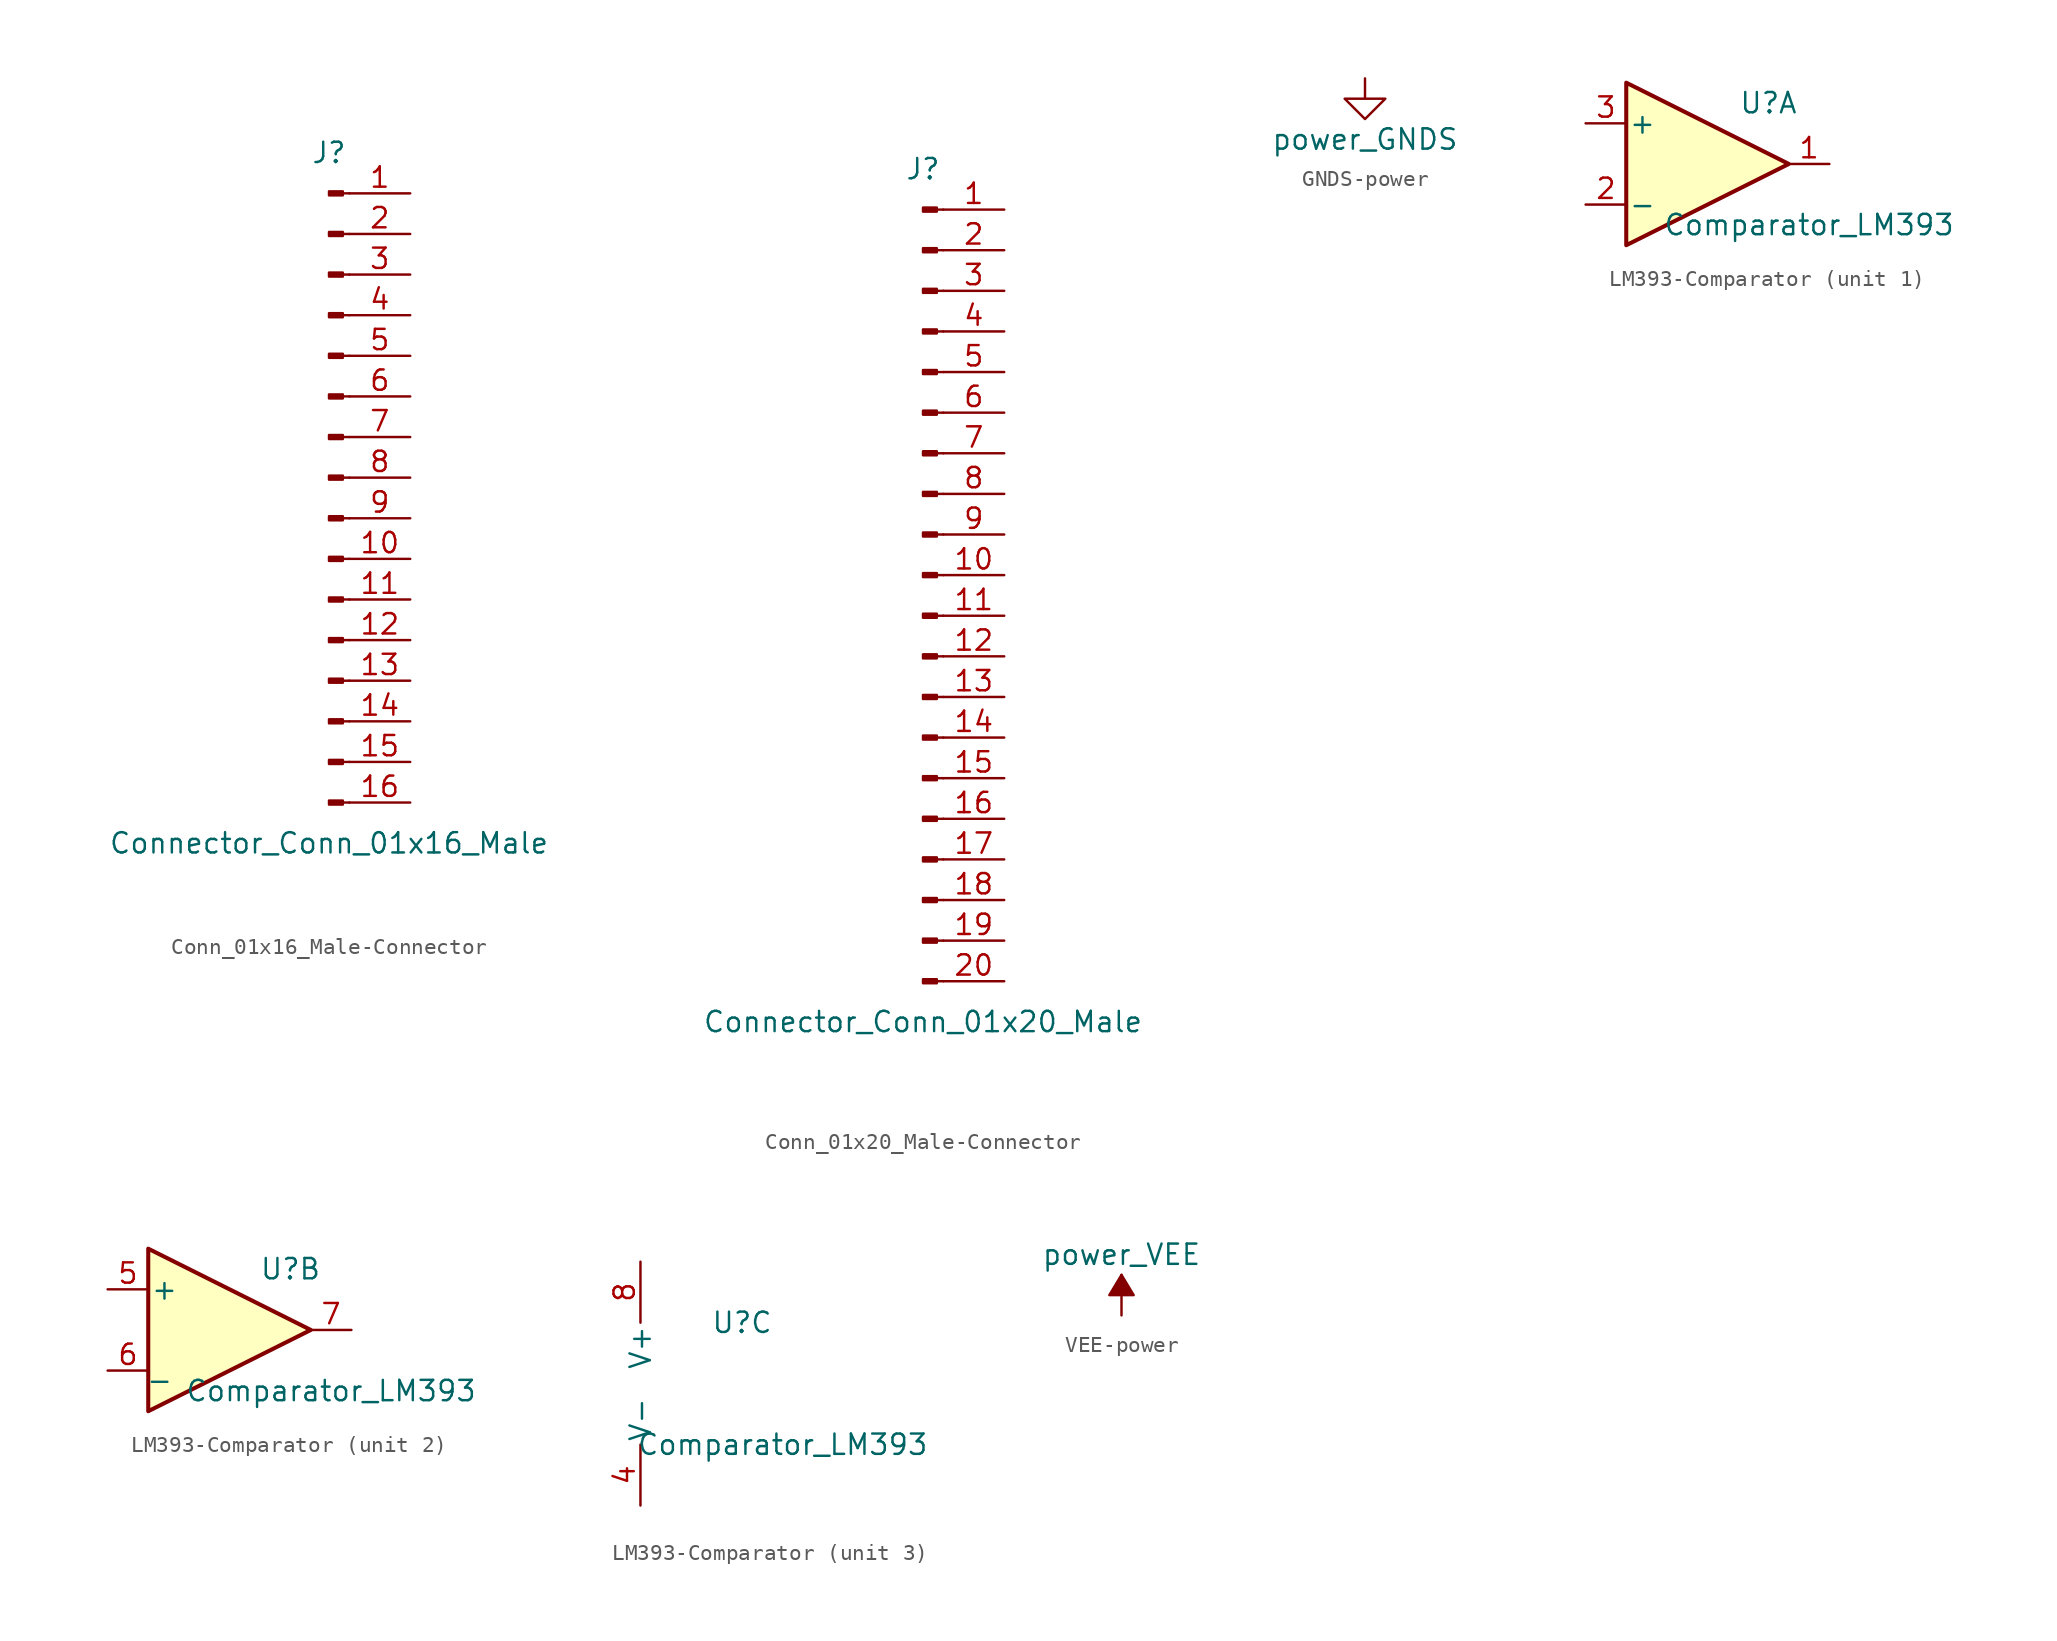
<source format=kicad_sym>
(kicad_symbol_lib
  (version 20231120)
  (generator "kicad_symbol_editor")
  (generator_version "8.0")
  (symbol "Conn_01x16_Male-Connector"
    (pin_names
      (offset 1.016) hide)
    (property "Reference" "J"
      (at 0 20.32 0)
      (effects (font (size 1.27 1.27))))
    (property "Value" "Connector_Conn_01x16_Male"
      (at 0 -22.86 0)
      (effects (font (size 1.27 1.27))))
    (symbol "Conn_01x16_Male-Connector_1_1"
      (polyline (pts (xy 1.27 -20.32) (xy 0.864 -20.32)) (stroke (width 0.152) (type solid)) (fill (type none)))
      (polyline (pts (xy 1.27 -17.78) (xy 0.864 -17.78)) (stroke (width 0.152) (type solid)) (fill (type none)))
      (polyline (pts (xy 1.27 -15.24) (xy 0.864 -15.24)) (stroke (width 0.152) (type solid)) (fill (type none)))
      (polyline (pts (xy 1.27 -12.7) (xy 0.864 -12.7)) (stroke (width 0.152) (type solid)) (fill (type none)))
      (polyline (pts (xy 1.27 -10.16) (xy 0.864 -10.16)) (stroke (width 0.152) (type solid)) (fill (type none)))
      (polyline (pts (xy 1.27 -7.62) (xy 0.864 -7.62)) (stroke (width 0.152) (type solid)) (fill (type none)))
      (polyline (pts (xy 1.27 -5.08) (xy 0.864 -5.08)) (stroke (width 0.152) (type solid)) (fill (type none)))
      (polyline (pts (xy 1.27 -2.54) (xy 0.864 -2.54)) (stroke (width 0.152) (type solid)) (fill (type none)))
      (polyline (pts (xy 1.27 0) (xy 0.864 0)) (stroke (width 0.152) (type solid)) (fill (type none)))
      (polyline (pts (xy 1.27 2.54) (xy 0.864 2.54)) (stroke (width 0.152) (type solid)) (fill (type none)))
      (polyline (pts (xy 1.27 5.08) (xy 0.864 5.08)) (stroke (width 0.152) (type solid)) (fill (type none)))
      (polyline (pts (xy 1.27 7.62) (xy 0.864 7.62)) (stroke (width 0.152) (type solid)) (fill (type none)))
      (polyline (pts (xy 1.27 10.16) (xy 0.864 10.16)) (stroke (width 0.152) (type solid)) (fill (type none)))
      (polyline (pts (xy 1.27 12.7) (xy 0.864 12.7)) (stroke (width 0.152) (type solid)) (fill (type none)))
      (polyline (pts (xy 1.27 15.24) (xy 0.864 15.24)) (stroke (width 0.152) (type solid)) (fill (type none)))
      (polyline (pts (xy 1.27 17.78) (xy 0.864 17.78)) (stroke (width 0.152) (type solid)) (fill (type none)))
      (rectangle (start 0.864 -20.193) (end 0 -20.447) (stroke (width 0.152) (type solid)) (fill (type outline)))
      (rectangle (start 0.864 -17.653) (end 0 -17.907) (stroke (width 0.152) (type solid)) (fill (type outline)))
      (rectangle (start 0.864 -15.113) (end 0 -15.367) (stroke (width 0.152) (type solid)) (fill (type outline)))
      (rectangle (start 0.864 -12.573) (end 0 -12.827) (stroke (width 0.152) (type solid)) (fill (type outline)))
      (rectangle (start 0.864 -10.033) (end 0 -10.287) (stroke (width 0.152) (type solid)) (fill (type outline)))
      (rectangle (start 0.864 -7.493) (end 0 -7.747) (stroke (width 0.152) (type solid)) (fill (type outline)))
      (rectangle (start 0.864 -4.953) (end 0 -5.207) (stroke (width 0.152) (type solid)) (fill (type outline)))
      (rectangle (start 0.864 -2.413) (end 0 -2.667) (stroke (width 0.152) (type solid)) (fill (type outline)))
      (rectangle (start 0.864 0.127) (end 0 -0.127) (stroke (width 0.152) (type solid)) (fill (type outline)))
      (rectangle (start 0.864 2.667) (end 0 2.413) (stroke (width 0.152) (type solid)) (fill (type outline)))
      (rectangle (start 0.864 5.207) (end 0 4.953) (stroke (width 0.152) (type solid)) (fill (type outline)))
      (rectangle (start 0.864 7.747) (end 0 7.493) (stroke (width 0.152) (type solid)) (fill (type outline)))
      (rectangle (start 0.864 10.287) (end 0 10.033) (stroke (width 0.152) (type solid)) (fill (type outline)))
      (rectangle (start 0.864 12.827) (end 0 12.573) (stroke (width 0.152) (type solid)) (fill (type outline)))
      (rectangle (start 0.864 15.367) (end 0 15.113) (stroke (width 0.152) (type solid)) (fill (type outline)))
      (rectangle (start 0.864 17.907) (end 0 17.653) (stroke (width 0.152) (type solid)) (fill (type outline)))
      (pin passive line (at 5.08 17.78 180) (length 3.81) (name "Pin_1" (effects (font (size 1.27 1.27)))) (number "1" (effects (font (size 1.27 1.27)))))
      (pin passive line (at 5.08 -5.08 180) (length 3.81) (name "Pin_10" (effects (font (size 1.27 1.27)))) (number "10" (effects (font (size 1.27 1.27)))))
      (pin passive line (at 5.08 -7.62 180) (length 3.81) (name "Pin_11" (effects (font (size 1.27 1.27)))) (number "11" (effects (font (size 1.27 1.27)))))
      (pin passive line (at 5.08 -10.16 180) (length 3.81) (name "Pin_12" (effects (font (size 1.27 1.27)))) (number "12" (effects (font (size 1.27 1.27)))))
      (pin passive line (at 5.08 -12.7 180) (length 3.81) (name "Pin_13" (effects (font (size 1.27 1.27)))) (number "13" (effects (font (size 1.27 1.27)))))
      (pin passive line (at 5.08 -15.24 180) (length 3.81) (name "Pin_14" (effects (font (size 1.27 1.27)))) (number "14" (effects (font (size 1.27 1.27)))))
      (pin passive line (at 5.08 -17.78 180) (length 3.81) (name "Pin_15" (effects (font (size 1.27 1.27)))) (number "15" (effects (font (size 1.27 1.27)))))
      (pin passive line (at 5.08 -20.32 180) (length 3.81) (name "Pin_16" (effects (font (size 1.27 1.27)))) (number "16" (effects (font (size 1.27 1.27)))))
      (pin passive line (at 5.08 15.24 180) (length 3.81) (name "Pin_2" (effects (font (size 1.27 1.27)))) (number "2" (effects (font (size 1.27 1.27)))))
      (pin passive line (at 5.08 12.7 180) (length 3.81) (name "Pin_3" (effects (font (size 1.27 1.27)))) (number "3" (effects (font (size 1.27 1.27)))))
      (pin passive line (at 5.08 10.16 180) (length 3.81) (name "Pin_4" (effects (font (size 1.27 1.27)))) (number "4" (effects (font (size 1.27 1.27)))))
      (pin passive line (at 5.08 7.62 180) (length 3.81) (name "Pin_5" (effects (font (size 1.27 1.27)))) (number "5" (effects (font (size 1.27 1.27)))))
      (pin passive line (at 5.08 5.08 180) (length 3.81) (name "Pin_6" (effects (font (size 1.27 1.27)))) (number "6" (effects (font (size 1.27 1.27)))))
      (pin passive line (at 5.08 2.54 180) (length 3.81) (name "Pin_7" (effects (font (size 1.27 1.27)))) (number "7" (effects (font (size 1.27 1.27)))))
      (pin passive line (at 5.08 0 180) (length 3.81) (name "Pin_8" (effects (font (size 1.27 1.27)))) (number "8" (effects (font (size 1.27 1.27)))))
      (pin passive line (at 5.08 -2.54 180) (length 3.81) (name "Pin_9" (effects (font (size 1.27 1.27)))) (number "9" (effects (font (size 1.27 1.27)))))))
  (symbol "Conn_01x20_Male-Connector"
    (pin_names
      (offset 1.016) hide)
    (property "Reference" "J"
      (at 0 25.4 0)
      (effects (font (size 1.27 1.27))))
    (property "Value" "Connector_Conn_01x20_Male"
      (at 0 -27.94 0)
      (effects (font (size 1.27 1.27))))
    (symbol "Conn_01x20_Male-Connector_1_1"
      (polyline (pts (xy 1.27 -25.4) (xy 0.864 -25.4)) (stroke (width 0.152) (type solid)) (fill (type none)))
      (polyline (pts (xy 1.27 -22.86) (xy 0.864 -22.86)) (stroke (width 0.152) (type solid)) (fill (type none)))
      (polyline (pts (xy 1.27 -20.32) (xy 0.864 -20.32)) (stroke (width 0.152) (type solid)) (fill (type none)))
      (polyline (pts (xy 1.27 -17.78) (xy 0.864 -17.78)) (stroke (width 0.152) (type solid)) (fill (type none)))
      (polyline (pts (xy 1.27 -15.24) (xy 0.864 -15.24)) (stroke (width 0.152) (type solid)) (fill (type none)))
      (polyline (pts (xy 1.27 -12.7) (xy 0.864 -12.7)) (stroke (width 0.152) (type solid)) (fill (type none)))
      (polyline (pts (xy 1.27 -10.16) (xy 0.864 -10.16)) (stroke (width 0.152) (type solid)) (fill (type none)))
      (polyline (pts (xy 1.27 -7.62) (xy 0.864 -7.62)) (stroke (width 0.152) (type solid)) (fill (type none)))
      (polyline (pts (xy 1.27 -5.08) (xy 0.864 -5.08)) (stroke (width 0.152) (type solid)) (fill (type none)))
      (polyline (pts (xy 1.27 -2.54) (xy 0.864 -2.54)) (stroke (width 0.152) (type solid)) (fill (type none)))
      (polyline (pts (xy 1.27 0) (xy 0.864 0)) (stroke (width 0.152) (type solid)) (fill (type none)))
      (polyline (pts (xy 1.27 2.54) (xy 0.864 2.54)) (stroke (width 0.152) (type solid)) (fill (type none)))
      (polyline (pts (xy 1.27 5.08) (xy 0.864 5.08)) (stroke (width 0.152) (type solid)) (fill (type none)))
      (polyline (pts (xy 1.27 7.62) (xy 0.864 7.62)) (stroke (width 0.152) (type solid)) (fill (type none)))
      (polyline (pts (xy 1.27 10.16) (xy 0.864 10.16)) (stroke (width 0.152) (type solid)) (fill (type none)))
      (polyline (pts (xy 1.27 12.7) (xy 0.864 12.7)) (stroke (width 0.152) (type solid)) (fill (type none)))
      (polyline (pts (xy 1.27 15.24) (xy 0.864 15.24)) (stroke (width 0.152) (type solid)) (fill (type none)))
      (polyline (pts (xy 1.27 17.78) (xy 0.864 17.78)) (stroke (width 0.152) (type solid)) (fill (type none)))
      (polyline (pts (xy 1.27 20.32) (xy 0.864 20.32)) (stroke (width 0.152) (type solid)) (fill (type none)))
      (polyline (pts (xy 1.27 22.86) (xy 0.864 22.86)) (stroke (width 0.152) (type solid)) (fill (type none)))
      (rectangle (start 0.864 -25.273) (end 0 -25.527) (stroke (width 0.152) (type solid)) (fill (type outline)))
      (rectangle (start 0.864 -22.733) (end 0 -22.987) (stroke (width 0.152) (type solid)) (fill (type outline)))
      (rectangle (start 0.864 -20.193) (end 0 -20.447) (stroke (width 0.152) (type solid)) (fill (type outline)))
      (rectangle (start 0.864 -17.653) (end 0 -17.907) (stroke (width 0.152) (type solid)) (fill (type outline)))
      (rectangle (start 0.864 -15.113) (end 0 -15.367) (stroke (width 0.152) (type solid)) (fill (type outline)))
      (rectangle (start 0.864 -12.573) (end 0 -12.827) (stroke (width 0.152) (type solid)) (fill (type outline)))
      (rectangle (start 0.864 -10.033) (end 0 -10.287) (stroke (width 0.152) (type solid)) (fill (type outline)))
      (rectangle (start 0.864 -7.493) (end 0 -7.747) (stroke (width 0.152) (type solid)) (fill (type outline)))
      (rectangle (start 0.864 -4.953) (end 0 -5.207) (stroke (width 0.152) (type solid)) (fill (type outline)))
      (rectangle (start 0.864 -2.413) (end 0 -2.667) (stroke (width 0.152) (type solid)) (fill (type outline)))
      (rectangle (start 0.864 0.127) (end 0 -0.127) (stroke (width 0.152) (type solid)) (fill (type outline)))
      (rectangle (start 0.864 2.667) (end 0 2.413) (stroke (width 0.152) (type solid)) (fill (type outline)))
      (rectangle (start 0.864 5.207) (end 0 4.953) (stroke (width 0.152) (type solid)) (fill (type outline)))
      (rectangle (start 0.864 7.747) (end 0 7.493) (stroke (width 0.152) (type solid)) (fill (type outline)))
      (rectangle (start 0.864 10.287) (end 0 10.033) (stroke (width 0.152) (type solid)) (fill (type outline)))
      (rectangle (start 0.864 12.827) (end 0 12.573) (stroke (width 0.152) (type solid)) (fill (type outline)))
      (rectangle (start 0.864 15.367) (end 0 15.113) (stroke (width 0.152) (type solid)) (fill (type outline)))
      (rectangle (start 0.864 17.907) (end 0 17.653) (stroke (width 0.152) (type solid)) (fill (type outline)))
      (rectangle (start 0.864 20.447) (end 0 20.193) (stroke (width 0.152) (type solid)) (fill (type outline)))
      (rectangle (start 0.864 22.987) (end 0 22.733) (stroke (width 0.152) (type solid)) (fill (type outline)))
      (pin passive line (at 5.08 22.86 180) (length 3.81) (name "Pin_1" (effects (font (size 1.27 1.27)))) (number "1" (effects (font (size 1.27 1.27)))))
      (pin passive line (at 5.08 0 180) (length 3.81) (name "Pin_10" (effects (font (size 1.27 1.27)))) (number "10" (effects (font (size 1.27 1.27)))))
      (pin passive line (at 5.08 -2.54 180) (length 3.81) (name "Pin_11" (effects (font (size 1.27 1.27)))) (number "11" (effects (font (size 1.27 1.27)))))
      (pin passive line (at 5.08 -5.08 180) (length 3.81) (name "Pin_12" (effects (font (size 1.27 1.27)))) (number "12" (effects (font (size 1.27 1.27)))))
      (pin passive line (at 5.08 -7.62 180) (length 3.81) (name "Pin_13" (effects (font (size 1.27 1.27)))) (number "13" (effects (font (size 1.27 1.27)))))
      (pin passive line (at 5.08 -10.16 180) (length 3.81) (name "Pin_14" (effects (font (size 1.27 1.27)))) (number "14" (effects (font (size 1.27 1.27)))))
      (pin passive line (at 5.08 -12.7 180) (length 3.81) (name "Pin_15" (effects (font (size 1.27 1.27)))) (number "15" (effects (font (size 1.27 1.27)))))
      (pin passive line (at 5.08 -15.24 180) (length 3.81) (name "Pin_16" (effects (font (size 1.27 1.27)))) (number "16" (effects (font (size 1.27 1.27)))))
      (pin passive line (at 5.08 -17.78 180) (length 3.81) (name "Pin_17" (effects (font (size 1.27 1.27)))) (number "17" (effects (font (size 1.27 1.27)))))
      (pin passive line (at 5.08 -20.32 180) (length 3.81) (name "Pin_18" (effects (font (size 1.27 1.27)))) (number "18" (effects (font (size 1.27 1.27)))))
      (pin passive line (at 5.08 -22.86 180) (length 3.81) (name "Pin_19" (effects (font (size 1.27 1.27)))) (number "19" (effects (font (size 1.27 1.27)))))
      (pin passive line (at 5.08 20.32 180) (length 3.81) (name "Pin_2" (effects (font (size 1.27 1.27)))) (number "2" (effects (font (size 1.27 1.27)))))
      (pin passive line (at 5.08 -25.4 180) (length 3.81) (name "Pin_20" (effects (font (size 1.27 1.27)))) (number "20" (effects (font (size 1.27 1.27)))))
      (pin passive line (at 5.08 17.78 180) (length 3.81) (name "Pin_3" (effects (font (size 1.27 1.27)))) (number "3" (effects (font (size 1.27 1.27)))))
      (pin passive line (at 5.08 15.24 180) (length 3.81) (name "Pin_4" (effects (font (size 1.27 1.27)))) (number "4" (effects (font (size 1.27 1.27)))))
      (pin passive line (at 5.08 12.7 180) (length 3.81) (name "Pin_5" (effects (font (size 1.27 1.27)))) (number "5" (effects (font (size 1.27 1.27)))))
      (pin passive line (at 5.08 10.16 180) (length 3.81) (name "Pin_6" (effects (font (size 1.27 1.27)))) (number "6" (effects (font (size 1.27 1.27)))))
      (pin passive line (at 5.08 7.62 180) (length 3.81) (name "Pin_7" (effects (font (size 1.27 1.27)))) (number "7" (effects (font (size 1.27 1.27)))))
      (pin passive line (at 5.08 5.08 180) (length 3.81) (name "Pin_8" (effects (font (size 1.27 1.27)))) (number "8" (effects (font (size 1.27 1.27)))))
      (pin passive line (at 5.08 2.54 180) (length 3.81) (name "Pin_9" (effects (font (size 1.27 1.27)))) (number "9" (effects (font (size 1.27 1.27)))))))
  (symbol "GNDS-power"
    (power)
    (pin_names
      (offset 0))
    (property "Reference" "#PWR"
      (at 0 -6.35 0)
      (effects (font (size 1.27 1.27)) (hide yes)))
    (property "Value" "power_GNDS"
      (at 0 -3.81 0)
      (effects (font (size 1.27 1.27))))
    (symbol "GNDS-power_0_1"
      (polyline (pts (xy 0 0) (xy 0 -1.27) (xy 1.27 -1.27) (xy 0 -2.54) (xy -1.27 -1.27) (xy 0 -1.27)) (stroke (width 0) (type solid)) (fill (type none))))
    (symbol "GNDS-power_1_1"
      (pin power_in line (at 0 0 270) (length 0) hide (name "GNDS" (effects (font (size 1.27 1.27)))) (number "1" (effects (font (size 1.27 1.27)))))))
  (symbol "LM393-Comparator"
    (pin_names
      (offset 0.127))
    (property "Reference" "U"
      (at 3.81 3.81 0)
      (effects (font (size 1.27 1.27))))
    (property "Value" "Comparator_LM393"
      (at 6.35 -3.81 0)
      (effects (font (size 1.27 1.27))))
    (property "ki_locked" ""
      (at 0 0 0)
      (effects (font (size 1.27 1.27))))
    (symbol "LM393-Comparator_1_1"
      (polyline (pts (xy -5.08 5.08) (xy 5.08 0) (xy -5.08 -5.08) (xy -5.08 5.08)) (stroke (width 0.254) (type solid)) (fill (type background)))
      (pin open_collector line (at 7.62 0 180) (length 2.54) (name "~" (effects (font (size 1.27 1.27)))) (number "1" (effects (font (size 1.27 1.27)))))
      (pin input line (at -7.62 -2.54 0) (length 2.54) (name "-" (effects (font (size 1.27 1.27)))) (number "2" (effects (font (size 1.27 1.27)))))
      (pin input line (at -7.62 2.54 0) (length 2.54) (name "+" (effects (font (size 1.27 1.27)))) (number "3" (effects (font (size 1.27 1.27))))))
    (symbol "LM393-Comparator_2_1"
      (polyline (pts (xy -5.08 5.08) (xy 5.08 0) (xy -5.08 -5.08) (xy -5.08 5.08)) (stroke (width 0.254) (type solid)) (fill (type background)))
      (pin input line (at -7.62 2.54 0) (length 2.54) (name "+" (effects (font (size 1.27 1.27)))) (number "5" (effects (font (size 1.27 1.27)))))
      (pin input line (at -7.62 -2.54 0) (length 2.54) (name "_" (effects (font (size 1.27 1.27)))) (number "6" (effects (font (size 1.27 1.27)))))
      (pin open_collector line (at 7.62 0 180) (length 2.54) (name "~" (effects (font (size 1.27 1.27)))) (number "7" (effects (font (size 1.27 1.27))))))
    (symbol "LM393-Comparator_3_1"
      (pin power_in line (at -2.54 -7.62 90) (length 3.81) (name "V-" (effects (font (size 1.27 1.27)))) (number "4" (effects (font (size 1.27 1.27)))))
      (pin power_in line (at -2.54 7.62 270) (length 3.81) (name "V+" (effects (font (size 1.27 1.27)))) (number "8" (effects (font (size 1.27 1.27)))))))
  (symbol "VEE-power"
    (power)
    (pin_names
      (offset 0))
    (property "Reference" "#PWR"
      (at 0 -3.81 0)
      (effects (font (size 1.27 1.27)) (hide yes)))
    (property "Value" "power_VEE"
      (at 0 3.81 0)
      (effects (font (size 1.27 1.27))))
    (symbol "VEE-power_0_1"
      (polyline (pts (xy 0 0) (xy 0 2.54)) (stroke (width 0) (type solid)) (fill (type none)))
      (polyline (pts (xy 0.762 1.27) (xy -0.762 1.27) (xy 0 2.54) (xy 0.762 1.27)) (stroke (width 0) (type solid)) (fill (type outline))))
    (symbol "VEE-power_1_1"
      (pin power_in line (at 0 0 90) (length 0) hide (name "VEE" (effects (font (size 1.27 1.27)))) (number "1" (effects (font (size 1.27 1.27))))))))
</source>
